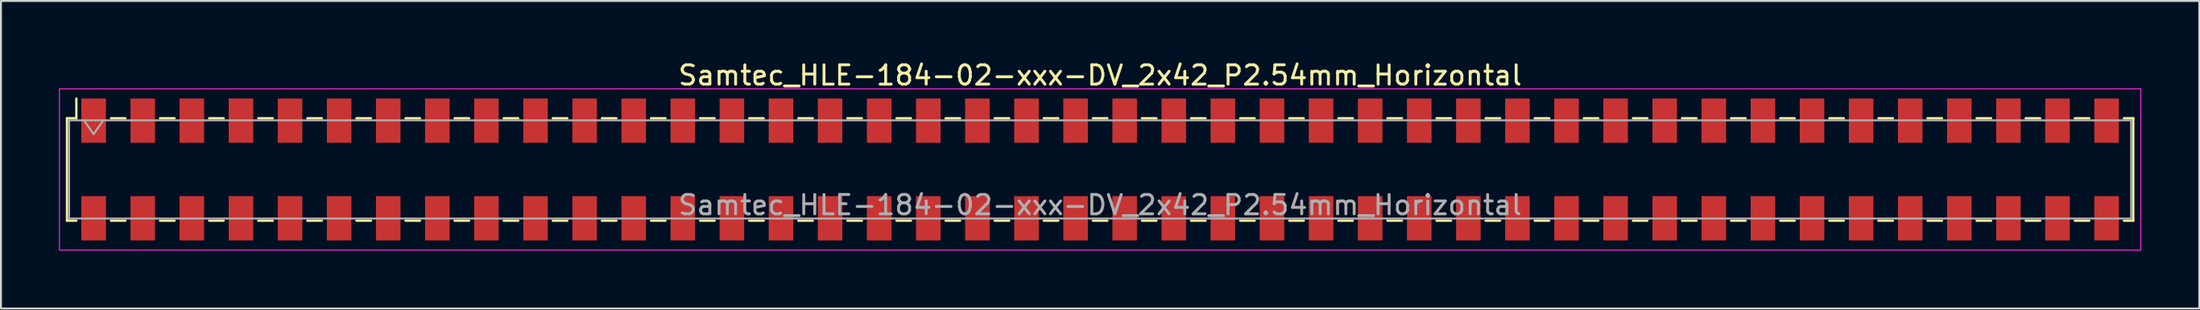
<source format=kicad_pcb>
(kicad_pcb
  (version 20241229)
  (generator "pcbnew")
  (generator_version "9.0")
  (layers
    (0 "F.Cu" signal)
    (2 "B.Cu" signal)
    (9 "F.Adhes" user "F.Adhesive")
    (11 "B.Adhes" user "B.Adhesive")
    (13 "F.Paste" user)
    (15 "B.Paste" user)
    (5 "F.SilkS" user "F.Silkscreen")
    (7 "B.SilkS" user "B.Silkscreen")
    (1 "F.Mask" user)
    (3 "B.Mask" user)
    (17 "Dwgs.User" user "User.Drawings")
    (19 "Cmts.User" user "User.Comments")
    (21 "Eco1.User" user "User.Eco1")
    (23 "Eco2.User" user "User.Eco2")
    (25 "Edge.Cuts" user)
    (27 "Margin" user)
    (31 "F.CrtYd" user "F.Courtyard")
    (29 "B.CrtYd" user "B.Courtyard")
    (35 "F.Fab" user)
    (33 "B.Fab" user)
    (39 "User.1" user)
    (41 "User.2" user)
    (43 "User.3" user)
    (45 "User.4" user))
  (footprint "Samtec_HLE-184-02-xxx-DV_2x42_P2.54mm_Horizontal"
    (layer "F.Cu")
    (at 53.865 5.718)
    (property "Reference" "Samtec_HLE-184-02-xxx-DV_2x42_P2.54mm_Horizontal" (at 0 -4.87 0) (layer "F.SilkS") (effects (font (size 1 1) (thickness 0.15))))
    (attr smd)
    (fp_line (start -53.45 -2.65) (end -53.45 2.65) (stroke (width 0.12) (type solid)) (layer "F.SilkS"))
    (fp_line (start -53.45 2.65) (end -52.965 2.65) (stroke (width 0.12) (type solid)) (layer "F.SilkS"))
    (fp_line (start -52.965 -3.67) (end -52.965 -2.65) (stroke (width 0.12) (type solid)) (layer "F.SilkS"))
    (fp_line (start -52.965 -2.65) (end -53.45 -2.65) (stroke (width 0.12) (type solid)) (layer "F.SilkS"))
    (fp_line (start -51.175 -2.65) (end -50.425 -2.65) (stroke (width 0.12) (type solid)) (layer "F.SilkS"))
    (fp_line (start -51.175 2.65) (end -50.425 2.65) (stroke (width 0.12) (type solid)) (layer "F.SilkS"))
    (fp_line (start -48.635 -2.65) (end -47.885 -2.65) (stroke (width 0.12) (type solid)) (layer "F.SilkS"))
    (fp_line (start -48.635 2.65) (end -47.885 2.65) (stroke (width 0.12) (type solid)) (layer "F.SilkS"))
    (fp_line (start -46.095 -2.65) (end -45.345 -2.65) (stroke (width 0.12) (type solid)) (layer "F.SilkS"))
    (fp_line (start -46.095 2.65) (end -45.345 2.65) (stroke (width 0.12) (type solid)) (layer "F.SilkS"))
    (fp_line (start -43.555 -2.65) (end -42.805 -2.65) (stroke (width 0.12) (type solid)) (layer "F.SilkS"))
    (fp_line (start -43.555 2.65) (end -42.805 2.65) (stroke (width 0.12) (type solid)) (layer "F.SilkS"))
    (fp_line (start -41.015 -2.65) (end -40.265 -2.65) (stroke (width 0.12) (type solid)) (layer "F.SilkS"))
    (fp_line (start -41.015 2.65) (end -40.265 2.65) (stroke (width 0.12) (type solid)) (layer "F.SilkS"))
    (fp_line (start -38.475 -2.65) (end -37.725 -2.65) (stroke (width 0.12) (type solid)) (layer "F.SilkS"))
    (fp_line (start -38.475 2.65) (end -37.725 2.65) (stroke (width 0.12) (type solid)) (layer "F.SilkS"))
    (fp_line (start -35.935 -2.65) (end -35.185 -2.65) (stroke (width 0.12) (type solid)) (layer "F.SilkS"))
    (fp_line (start -35.935 2.65) (end -35.185 2.65) (stroke (width 0.12) (type solid)) (layer "F.SilkS"))
    (fp_line (start -33.395 -2.65) (end -32.645 -2.65) (stroke (width 0.12) (type solid)) (layer "F.SilkS"))
    (fp_line (start -33.395 2.65) (end -32.645 2.65) (stroke (width 0.12) (type solid)) (layer "F.SilkS"))
    (fp_line (start -30.855 -2.65) (end -30.105 -2.65) (stroke (width 0.12) (type solid)) (layer "F.SilkS"))
    (fp_line (start -30.855 2.65) (end -30.105 2.65) (stroke (width 0.12) (type solid)) (layer "F.SilkS"))
    (fp_line (start -28.315 -2.65) (end -27.565 -2.65) (stroke (width 0.12) (type solid)) (layer "F.SilkS"))
    (fp_line (start -28.315 2.65) (end -27.565 2.65) (stroke (width 0.12) (type solid)) (layer "F.SilkS"))
    (fp_line (start -25.775 -2.65) (end -25.025 -2.65) (stroke (width 0.12) (type solid)) (layer "F.SilkS"))
    (fp_line (start -25.775 2.65) (end -25.025 2.65) (stroke (width 0.12) (type solid)) (layer "F.SilkS"))
    (fp_line (start -23.235 -2.65) (end -22.485 -2.65) (stroke (width 0.12) (type solid)) (layer "F.SilkS"))
    (fp_line (start -23.235 2.65) (end -22.485 2.65) (stroke (width 0.12) (type solid)) (layer "F.SilkS"))
    (fp_line (start -20.695 -2.65) (end -19.945 -2.65) (stroke (width 0.12) (type solid)) (layer "F.SilkS"))
    (fp_line (start -20.695 2.65) (end -19.945 2.65) (stroke (width 0.12) (type solid)) (layer "F.SilkS"))
    (fp_line (start -18.155 -2.65) (end -17.405 -2.65) (stroke (width 0.12) (type solid)) (layer "F.SilkS"))
    (fp_line (start -18.155 2.65) (end -17.405 2.65) (stroke (width 0.12) (type solid)) (layer "F.SilkS"))
    (fp_line (start -15.615 -2.65) (end -14.865 -2.65) (stroke (width 0.12) (type solid)) (layer "F.SilkS"))
    (fp_line (start -15.615 2.65) (end -14.865 2.65) (stroke (width 0.12) (type solid)) (layer "F.SilkS"))
    (fp_line (start -13.075 -2.65) (end -12.325 -2.65) (stroke (width 0.12) (type solid)) (layer "F.SilkS"))
    (fp_line (start -13.075 2.65) (end -12.325 2.65) (stroke (width 0.12) (type solid)) (layer "F.SilkS"))
    (fp_line (start -10.535 -2.65) (end -9.785 -2.65) (stroke (width 0.12) (type solid)) (layer "F.SilkS"))
    (fp_line (start -10.535 2.65) (end -9.785 2.65) (stroke (width 0.12) (type solid)) (layer "F.SilkS"))
    (fp_line (start -7.995 -2.65) (end -7.245 -2.65) (stroke (width 0.12) (type solid)) (layer "F.SilkS"))
    (fp_line (start -7.995 2.65) (end -7.245 2.65) (stroke (width 0.12) (type solid)) (layer "F.SilkS"))
    (fp_line (start -5.455 -2.65) (end -4.705 -2.65) (stroke (width 0.12) (type solid)) (layer "F.SilkS"))
    (fp_line (start -5.455 2.65) (end -4.705 2.65) (stroke (width 0.12) (type solid)) (layer "F.SilkS"))
    (fp_line (start -2.915 -2.65) (end -2.165 -2.65) (stroke (width 0.12) (type solid)) (layer "F.SilkS"))
    (fp_line (start -2.915 2.65) (end -2.165 2.65) (stroke (width 0.12) (type solid)) (layer "F.SilkS"))
    (fp_line (start -0.375 -2.65) (end 0.375 -2.65) (stroke (width 0.12) (type solid)) (layer "F.SilkS"))
    (fp_line (start -0.375 2.65) (end 0.375 2.65) (stroke (width 0.12) (type solid)) (layer "F.SilkS"))
    (fp_line (start 2.165 -2.65) (end 2.915 -2.65) (stroke (width 0.12) (type solid)) (layer "F.SilkS"))
    (fp_line (start 2.165 2.65) (end 2.915 2.65) (stroke (width 0.12) (type solid)) (layer "F.SilkS"))
    (fp_line (start 4.705 -2.65) (end 5.455 -2.65) (stroke (width 0.12) (type solid)) (layer "F.SilkS"))
    (fp_line (start 4.705 2.65) (end 5.455 2.65) (stroke (width 0.12) (type solid)) (layer "F.SilkS"))
    (fp_line (start 7.245 -2.65) (end 7.995 -2.65) (stroke (width 0.12) (type solid)) (layer "F.SilkS"))
    (fp_line (start 7.245 2.65) (end 7.995 2.65) (stroke (width 0.12) (type solid)) (layer "F.SilkS"))
    (fp_line (start 9.785 -2.65) (end 10.535 -2.65) (stroke (width 0.12) (type solid)) (layer "F.SilkS"))
    (fp_line (start 9.785 2.65) (end 10.535 2.65) (stroke (width 0.12) (type solid)) (layer "F.SilkS"))
    (fp_line (start 12.325 -2.65) (end 13.075 -2.65) (stroke (width 0.12) (type solid)) (layer "F.SilkS"))
    (fp_line (start 12.325 2.65) (end 13.075 2.65) (stroke (width 0.12) (type solid)) (layer "F.SilkS"))
    (fp_line (start 14.865 -2.65) (end 15.615 -2.65) (stroke (width 0.12) (type solid)) (layer "F.SilkS"))
    (fp_line (start 14.865 2.65) (end 15.615 2.65) (stroke (width 0.12) (type solid)) (layer "F.SilkS"))
    (fp_line (start 17.405 -2.65) (end 18.155 -2.65) (stroke (width 0.12) (type solid)) (layer "F.SilkS"))
    (fp_line (start 17.405 2.65) (end 18.155 2.65) (stroke (width 0.12) (type solid)) (layer "F.SilkS"))
    (fp_line (start 19.945 -2.65) (end 20.695 -2.65) (stroke (width 0.12) (type solid)) (layer "F.SilkS"))
    (fp_line (start 19.945 2.65) (end 20.695 2.65) (stroke (width 0.12) (type solid)) (layer "F.SilkS"))
    (fp_line (start 22.485 -2.65) (end 23.235 -2.65) (stroke (width 0.12) (type solid)) (layer "F.SilkS"))
    (fp_line (start 22.485 2.65) (end 23.235 2.65) (stroke (width 0.12) (type solid)) (layer "F.SilkS"))
    (fp_line (start 25.025 -2.65) (end 25.775 -2.65) (stroke (width 0.12) (type solid)) (layer "F.SilkS"))
    (fp_line (start 25.025 2.65) (end 25.775 2.65) (stroke (width 0.12) (type solid)) (layer "F.SilkS"))
    (fp_line (start 27.565 -2.65) (end 28.315 -2.65) (stroke (width 0.12) (type solid)) (layer "F.SilkS"))
    (fp_line (start 27.565 2.65) (end 28.315 2.65) (stroke (width 0.12) (type solid)) (layer "F.SilkS"))
    (fp_line (start 30.105 -2.65) (end 30.855 -2.65) (stroke (width 0.12) (type solid)) (layer "F.SilkS"))
    (fp_line (start 30.105 2.65) (end 30.855 2.65) (stroke (width 0.12) (type solid)) (layer "F.SilkS"))
    (fp_line (start 32.645 -2.65) (end 33.395 -2.65) (stroke (width 0.12) (type solid)) (layer "F.SilkS"))
    (fp_line (start 32.645 2.65) (end 33.395 2.65) (stroke (width 0.12) (type solid)) (layer "F.SilkS"))
    (fp_line (start 35.185 -2.65) (end 35.935 -2.65) (stroke (width 0.12) (type solid)) (layer "F.SilkS"))
    (fp_line (start 35.185 2.65) (end 35.935 2.65) (stroke (width 0.12) (type solid)) (layer "F.SilkS"))
    (fp_line (start 37.725 -2.65) (end 38.475 -2.65) (stroke (width 0.12) (type solid)) (layer "F.SilkS"))
    (fp_line (start 37.725 2.65) (end 38.475 2.65) (stroke (width 0.12) (type solid)) (layer "F.SilkS"))
    (fp_line (start 40.265 -2.65) (end 41.015 -2.65) (stroke (width 0.12) (type solid)) (layer "F.SilkS"))
    (fp_line (start 40.265 2.65) (end 41.015 2.65) (stroke (width 0.12) (type solid)) (layer "F.SilkS"))
    (fp_line (start 42.805 -2.65) (end 43.555 -2.65) (stroke (width 0.12) (type solid)) (layer "F.SilkS"))
    (fp_line (start 42.805 2.65) (end 43.555 2.65) (stroke (width 0.12) (type solid)) (layer "F.SilkS"))
    (fp_line (start 45.345 -2.65) (end 46.095 -2.65) (stroke (width 0.12) (type solid)) (layer "F.SilkS"))
    (fp_line (start 45.345 2.65) (end 46.095 2.65) (stroke (width 0.12) (type solid)) (layer "F.SilkS"))
    (fp_line (start 47.885 -2.65) (end 48.635 -2.65) (stroke (width 0.12) (type solid)) (layer "F.SilkS"))
    (fp_line (start 47.885 2.65) (end 48.635 2.65) (stroke (width 0.12) (type solid)) (layer "F.SilkS"))
    (fp_line (start 50.425 -2.65) (end 51.175 -2.65) (stroke (width 0.12) (type solid)) (layer "F.SilkS"))
    (fp_line (start 50.425 2.65) (end 51.175 2.65) (stroke (width 0.12) (type solid)) (layer "F.SilkS"))
    (fp_line (start 52.965 -2.65) (end 53.45 -2.65) (stroke (width 0.12) (type solid)) (layer "F.SilkS"))
    (fp_line (start 53.45 -2.65) (end 53.45 2.65) (stroke (width 0.12) (type solid)) (layer "F.SilkS"))
    (fp_line (start 53.45 2.65) (end 52.965 2.65) (stroke (width 0.12) (type solid)) (layer "F.SilkS"))
    (fp_line (start -53.84 -4.17) (end 53.84 -4.17) (stroke (width 0.05) (type solid)) (layer "F.CrtYd"))
    (fp_line (start -53.84 4.17) (end -53.84 -4.17) (stroke (width 0.05) (type solid)) (layer "F.CrtYd"))
    (fp_line (start 53.84 -4.17) (end 53.84 4.17) (stroke (width 0.05) (type solid)) (layer "F.CrtYd"))
    (fp_line (start 53.84 4.17) (end -53.84 4.17) (stroke (width 0.05) (type solid)) (layer "F.CrtYd"))
    (fp_line (start -53.34 -2.54) (end 53.34 -2.54) (stroke (width 0.1) (type solid)) (layer "F.Fab"))
    (fp_line (start -53.34 2.54) (end -53.34 -2.54) (stroke (width 0.1) (type solid)) (layer "F.Fab"))
    (fp_line (start -52.57 -2.54) (end -52.07 -1.833) (stroke (width 0.1) (type solid)) (layer "F.Fab"))
    (fp_line (start -52.07 -1.833) (end -51.57 -2.54) (stroke (width 0.1) (type solid)) (layer "F.Fab"))
    (fp_line (start 53.34 -2.54) (end 53.34 2.54) (stroke (width 0.1) (type solid)) (layer "F.Fab"))
    (fp_line (start 53.34 2.54) (end -53.34 2.54) (stroke (width 0.1) (type solid)) (layer "F.Fab"))
    (fp_text user "${REFERENCE}" (at 0 1.84 0) (layer "F.Fab") (effects (font (size 1 1) (thickness 0.15))))
    (pad "1" smd rect (at -52.07 -2.525) (size 1.27 2.29) (layers "F.Cu" "F.Mask" "F.Paste"))
    (pad "2" smd rect (at -52.07 2.525) (size 1.27 2.29) (layers "F.Cu" "F.Mask" "F.Paste"))
    (pad "3" smd rect (at -49.53 -2.525) (size 1.27 2.29) (layers "F.Cu" "F.Mask" "F.Paste"))
    (pad "4" smd rect (at -49.53 2.525) (size 1.27 2.29) (layers "F.Cu" "F.Mask" "F.Paste"))
    (pad "5" smd rect (at -46.99 -2.525) (size 1.27 2.29) (layers "F.Cu" "F.Mask" "F.Paste"))
    (pad "6" smd rect (at -46.99 2.525) (size 1.27 2.29) (layers "F.Cu" "F.Mask" "F.Paste"))
    (pad "7" smd rect (at -44.45 -2.525) (size 1.27 2.29) (layers "F.Cu" "F.Mask" "F.Paste"))
    (pad "8" smd rect (at -44.45 2.525) (size 1.27 2.29) (layers "F.Cu" "F.Mask" "F.Paste"))
    (pad "9" smd rect (at -41.91 -2.525) (size 1.27 2.29) (layers "F.Cu" "F.Mask" "F.Paste"))
    (pad "10" smd rect (at -41.91 2.525) (size 1.27 2.29) (layers "F.Cu" "F.Mask" "F.Paste"))
    (pad "11" smd rect (at -39.37 -2.525) (size 1.27 2.29) (layers "F.Cu" "F.Mask" "F.Paste"))
    (pad "12" smd rect (at -39.37 2.525) (size 1.27 2.29) (layers "F.Cu" "F.Mask" "F.Paste"))
    (pad "13" smd rect (at -36.83 -2.525) (size 1.27 2.29) (layers "F.Cu" "F.Mask" "F.Paste"))
    (pad "14" smd rect (at -36.83 2.525) (size 1.27 2.29) (layers "F.Cu" "F.Mask" "F.Paste"))
    (pad "15" smd rect (at -34.29 -2.525) (size 1.27 2.29) (layers "F.Cu" "F.Mask" "F.Paste"))
    (pad "16" smd rect (at -34.29 2.525) (size 1.27 2.29) (layers "F.Cu" "F.Mask" "F.Paste"))
    (pad "17" smd rect (at -31.75 -2.525) (size 1.27 2.29) (layers "F.Cu" "F.Mask" "F.Paste"))
    (pad "18" smd rect (at -31.75 2.525) (size 1.27 2.29) (layers "F.Cu" "F.Mask" "F.Paste"))
    (pad "19" smd rect (at -29.21 -2.525) (size 1.27 2.29) (layers "F.Cu" "F.Mask" "F.Paste"))
    (pad "20" smd rect (at -29.21 2.525) (size 1.27 2.29) (layers "F.Cu" "F.Mask" "F.Paste"))
    (pad "21" smd rect (at -26.67 -2.525) (size 1.27 2.29) (layers "F.Cu" "F.Mask" "F.Paste"))
    (pad "22" smd rect (at -26.67 2.525) (size 1.27 2.29) (layers "F.Cu" "F.Mask" "F.Paste"))
    (pad "23" smd rect (at -24.13 -2.525) (size 1.27 2.29) (layers "F.Cu" "F.Mask" "F.Paste"))
    (pad "24" smd rect (at -24.13 2.525) (size 1.27 2.29) (layers "F.Cu" "F.Mask" "F.Paste"))
    (pad "25" smd rect (at -21.59 -2.525) (size 1.27 2.29) (layers "F.Cu" "F.Mask" "F.Paste"))
    (pad "26" smd rect (at -21.59 2.525) (size 1.27 2.29) (layers "F.Cu" "F.Mask" "F.Paste"))
    (pad "27" smd rect (at -19.05 -2.525) (size 1.27 2.29) (layers "F.Cu" "F.Mask" "F.Paste"))
    (pad "28" smd rect (at -19.05 2.525) (size 1.27 2.29) (layers "F.Cu" "F.Mask" "F.Paste"))
    (pad "29" smd rect (at -16.51 -2.525) (size 1.27 2.29) (layers "F.Cu" "F.Mask" "F.Paste"))
    (pad "30" smd rect (at -16.51 2.525) (size 1.27 2.29) (layers "F.Cu" "F.Mask" "F.Paste"))
    (pad "31" smd rect (at -13.97 -2.525) (size 1.27 2.29) (layers "F.Cu" "F.Mask" "F.Paste"))
    (pad "32" smd rect (at -13.97 2.525) (size 1.27 2.29) (layers "F.Cu" "F.Mask" "F.Paste"))
    (pad "33" smd rect (at -11.43 -2.525) (size 1.27 2.29) (layers "F.Cu" "F.Mask" "F.Paste"))
    (pad "34" smd rect (at -11.43 2.525) (size 1.27 2.29) (layers "F.Cu" "F.Mask" "F.Paste"))
    (pad "35" smd rect (at -8.89 -2.525) (size 1.27 2.29) (layers "F.Cu" "F.Mask" "F.Paste"))
    (pad "36" smd rect (at -8.89 2.525) (size 1.27 2.29) (layers "F.Cu" "F.Mask" "F.Paste"))
    (pad "37" smd rect (at -6.35 -2.525) (size 1.27 2.29) (layers "F.Cu" "F.Mask" "F.Paste"))
    (pad "38" smd rect (at -6.35 2.525) (size 1.27 2.29) (layers "F.Cu" "F.Mask" "F.Paste"))
    (pad "39" smd rect (at -3.81 -2.525) (size 1.27 2.29) (layers "F.Cu" "F.Mask" "F.Paste"))
    (pad "40" smd rect (at -3.81 2.525) (size 1.27 2.29) (layers "F.Cu" "F.Mask" "F.Paste"))
    (pad "41" smd rect (at -1.27 -2.525) (size 1.27 2.29) (layers "F.Cu" "F.Mask" "F.Paste"))
    (pad "42" smd rect (at -1.27 2.525) (size 1.27 2.29) (layers "F.Cu" "F.Mask" "F.Paste"))
    (pad "43" smd rect (at 1.27 -2.525) (size 1.27 2.29) (layers "F.Cu" "F.Mask" "F.Paste"))
    (pad "44" smd rect (at 1.27 2.525) (size 1.27 2.29) (layers "F.Cu" "F.Mask" "F.Paste"))
    (pad "45" smd rect (at 3.81 -2.525) (size 1.27 2.29) (layers "F.Cu" "F.Mask" "F.Paste"))
    (pad "46" smd rect (at 3.81 2.525) (size 1.27 2.29) (layers "F.Cu" "F.Mask" "F.Paste"))
    (pad "47" smd rect (at 6.35 -2.525) (size 1.27 2.29) (layers "F.Cu" "F.Mask" "F.Paste"))
    (pad "48" smd rect (at 6.35 2.525) (size 1.27 2.29) (layers "F.Cu" "F.Mask" "F.Paste"))
    (pad "49" smd rect (at 8.89 -2.525) (size 1.27 2.29) (layers "F.Cu" "F.Mask" "F.Paste"))
    (pad "50" smd rect (at 8.89 2.525) (size 1.27 2.29) (layers "F.Cu" "F.Mask" "F.Paste"))
    (pad "51" smd rect (at 11.43 -2.525) (size 1.27 2.29) (layers "F.Cu" "F.Mask" "F.Paste"))
    (pad "52" smd rect (at 11.43 2.525) (size 1.27 2.29) (layers "F.Cu" "F.Mask" "F.Paste"))
    (pad "53" smd rect (at 13.97 -2.525) (size 1.27 2.29) (layers "F.Cu" "F.Mask" "F.Paste"))
    (pad "54" smd rect (at 13.97 2.525) (size 1.27 2.29) (layers "F.Cu" "F.Mask" "F.Paste"))
    (pad "55" smd rect (at 16.51 -2.525) (size 1.27 2.29) (layers "F.Cu" "F.Mask" "F.Paste"))
    (pad "56" smd rect (at 16.51 2.525) (size 1.27 2.29) (layers "F.Cu" "F.Mask" "F.Paste"))
    (pad "57" smd rect (at 19.05 -2.525) (size 1.27 2.29) (layers "F.Cu" "F.Mask" "F.Paste"))
    (pad "58" smd rect (at 19.05 2.525) (size 1.27 2.29) (layers "F.Cu" "F.Mask" "F.Paste"))
    (pad "59" smd rect (at 21.59 -2.525) (size 1.27 2.29) (layers "F.Cu" "F.Mask" "F.Paste"))
    (pad "60" smd rect (at 21.59 2.525) (size 1.27 2.29) (layers "F.Cu" "F.Mask" "F.Paste"))
    (pad "61" smd rect (at 24.13 -2.525) (size 1.27 2.29) (layers "F.Cu" "F.Mask" "F.Paste"))
    (pad "62" smd rect (at 24.13 2.525) (size 1.27 2.29) (layers "F.Cu" "F.Mask" "F.Paste"))
    (pad "63" smd rect (at 26.67 -2.525) (size 1.27 2.29) (layers "F.Cu" "F.Mask" "F.Paste"))
    (pad "64" smd rect (at 26.67 2.525) (size 1.27 2.29) (layers "F.Cu" "F.Mask" "F.Paste"))
    (pad "65" smd rect (at 29.21 -2.525) (size 1.27 2.29) (layers "F.Cu" "F.Mask" "F.Paste"))
    (pad "66" smd rect (at 29.21 2.525) (size 1.27 2.29) (layers "F.Cu" "F.Mask" "F.Paste"))
    (pad "67" smd rect (at 31.75 -2.525) (size 1.27 2.29) (layers "F.Cu" "F.Mask" "F.Paste"))
    (pad "68" smd rect (at 31.75 2.525) (size 1.27 2.29) (layers "F.Cu" "F.Mask" "F.Paste"))
    (pad "69" smd rect (at 34.29 -2.525) (size 1.27 2.29) (layers "F.Cu" "F.Mask" "F.Paste"))
    (pad "70" smd rect (at 34.29 2.525) (size 1.27 2.29) (layers "F.Cu" "F.Mask" "F.Paste"))
    (pad "71" smd rect (at 36.83 -2.525) (size 1.27 2.29) (layers "F.Cu" "F.Mask" "F.Paste"))
    (pad "72" smd rect (at 36.83 2.525) (size 1.27 2.29) (layers "F.Cu" "F.Mask" "F.Paste"))
    (pad "73" smd rect (at 39.37 -2.525) (size 1.27 2.29) (layers "F.Cu" "F.Mask" "F.Paste"))
    (pad "74" smd rect (at 39.37 2.525) (size 1.27 2.29) (layers "F.Cu" "F.Mask" "F.Paste"))
    (pad "75" smd rect (at 41.91 -2.525) (size 1.27 2.29) (layers "F.Cu" "F.Mask" "F.Paste"))
    (pad "76" smd rect (at 41.91 2.525) (size 1.27 2.29) (layers "F.Cu" "F.Mask" "F.Paste"))
    (pad "77" smd rect (at 44.45 -2.525) (size 1.27 2.29) (layers "F.Cu" "F.Mask" "F.Paste"))
    (pad "78" smd rect (at 44.45 2.525) (size 1.27 2.29) (layers "F.Cu" "F.Mask" "F.Paste"))
    (pad "79" smd rect (at 46.99 -2.525) (size 1.27 2.29) (layers "F.Cu" "F.Mask" "F.Paste"))
    (pad "80" smd rect (at 46.99 2.525) (size 1.27 2.29) (layers "F.Cu" "F.Mask" "F.Paste"))
    (pad "81" smd rect (at 49.53 -2.525) (size 1.27 2.29) (layers "F.Cu" "F.Mask" "F.Paste"))
    (pad "82" smd rect (at 49.53 2.525) (size 1.27 2.29) (layers "F.Cu" "F.Mask" "F.Paste"))
    (pad "83" smd rect (at 52.07 -2.525) (size 1.27 2.29) (layers "F.Cu" "F.Mask" "F.Paste"))
    (pad "84" smd rect (at 52.07 2.525) (size 1.27 2.29) (layers "F.Cu" "F.Mask" "F.Paste")))
  (gr_rect
    (start -3 -3)
    (end 110.73 12.913)
    (stroke (width 0.1) (type default))
    (fill no)
    (layer "Edge.Cuts")))
</source>
